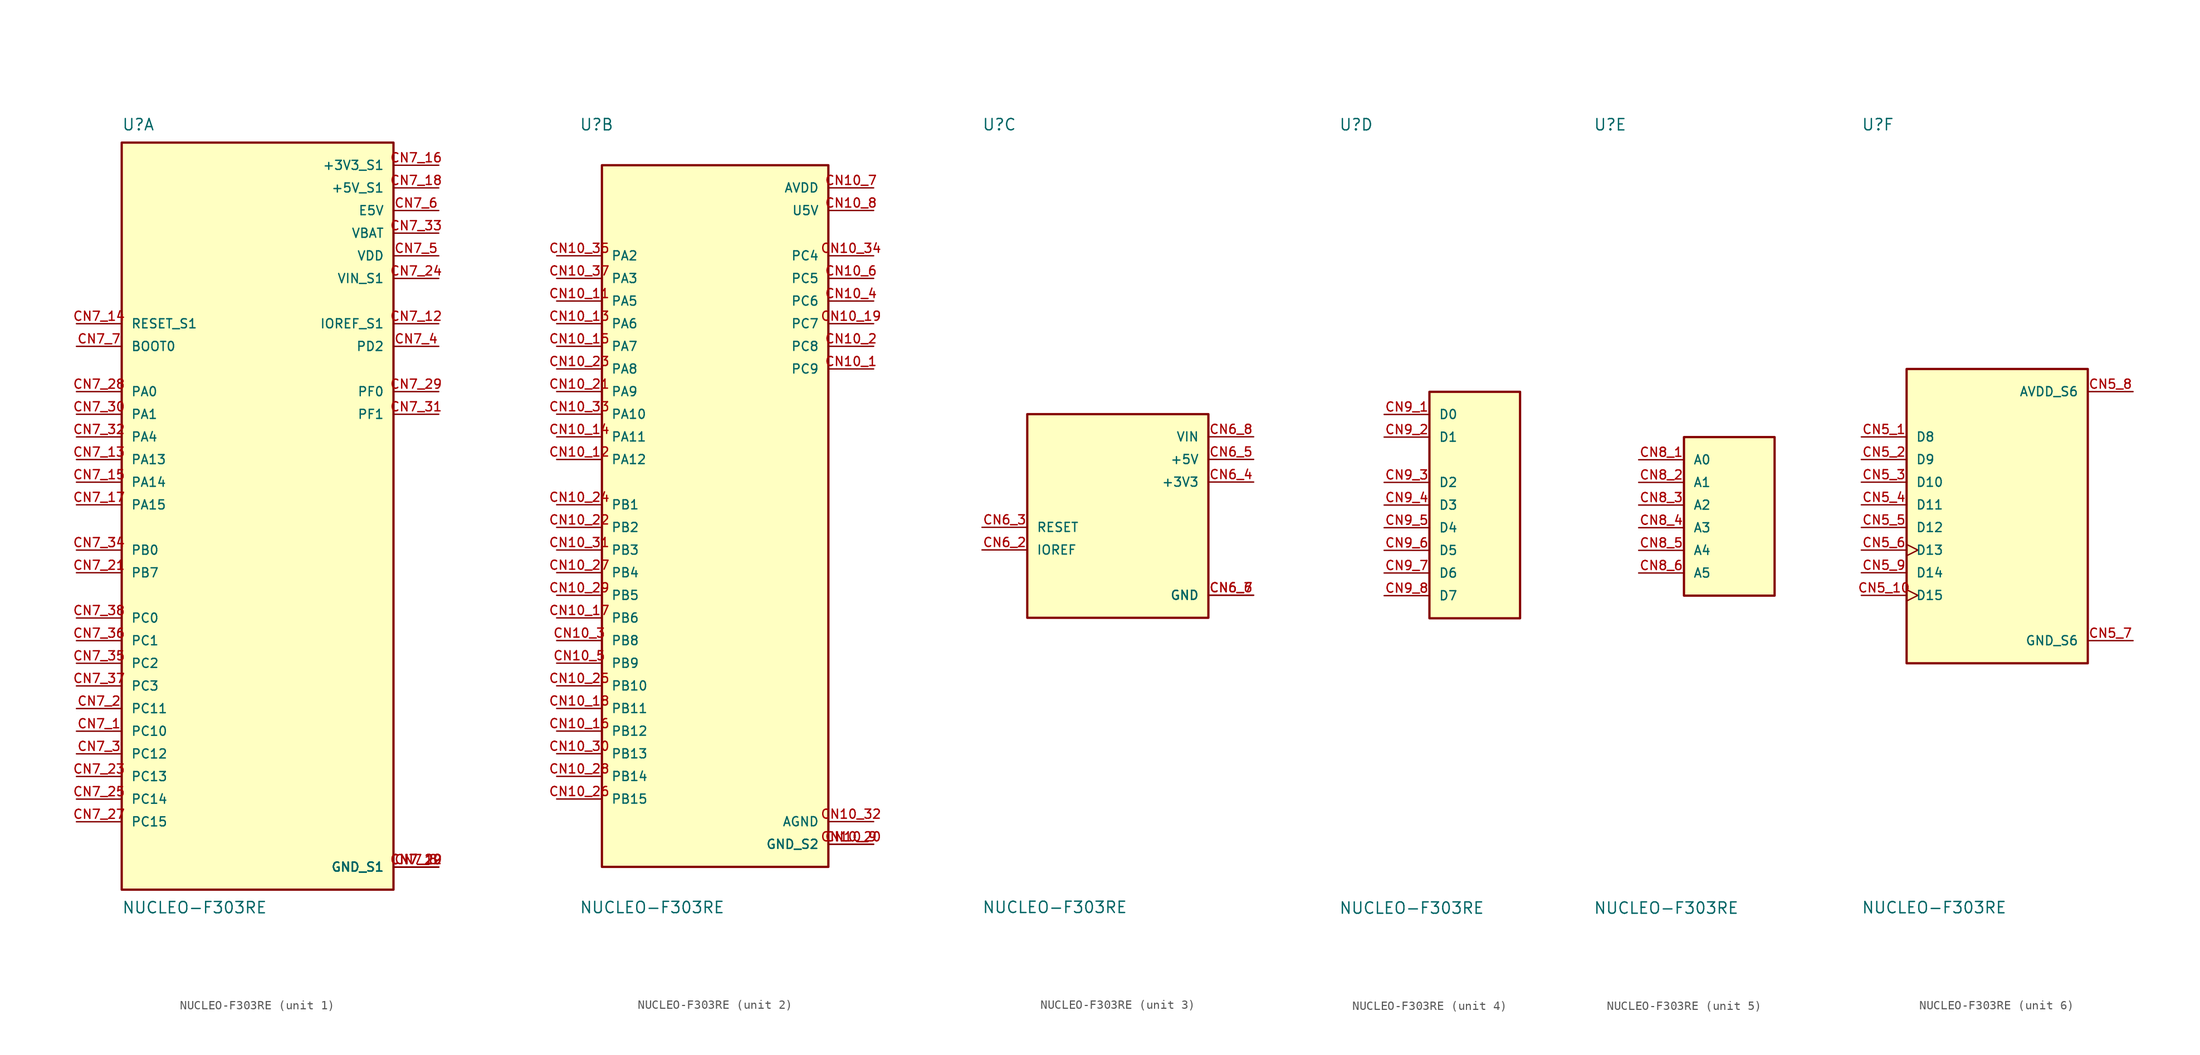
<source format=kicad_sym>
(kicad_symbol_lib
  (version 20211014)
  (generator kicad_symbol_editor)
  (symbol "NUCLEO-F303RE"
    (pin_names
      (offset 1.016))
    (property "Reference" "U"
      (at -15.24 41.91 0)
      (effects (font (size 1.27 1.27)) (justify bottom left)))
    (property "Value" "NUCLEO-F303RE"
      (at -15.24 -44.45 0.0)
      (effects (font (size 1.27 1.27)) (justify top left)))
    (symbol "NUCLEO-F303RE_1_0"
      (rectangle (start -15.24 -43.18) (end 15.24 40.64) (stroke (width 0.254)) (fill (type background)))
      (pin bidirectional line (at -20.32 -25.4 0) (length 5.08) (name "PC10" (effects (font (size 1.016 1.016)))) (number "CN7_1" (effects (font (size 1.016 1.016)))))
      (pin bidirectional line (at -20.32 -22.86 0) (length 5.08) (name "PC11" (effects (font (size 1.016 1.016)))) (number "CN7_2" (effects (font (size 1.016 1.016)))))
      (pin bidirectional line (at -20.32 -27.94 0) (length 5.08) (name "PC12" (effects (font (size 1.016 1.016)))) (number "CN7_3" (effects (font (size 1.016 1.016)))))
      (pin bidirectional line (at 20.32 17.78 180.0) (length 5.08) (name "PD2" (effects (font (size 1.016 1.016)))) (number "CN7_4" (effects (font (size 1.016 1.016)))))
      (pin power_in line (at 20.32 27.94 180.0) (length 5.08) (name "VDD" (effects (font (size 1.016 1.016)))) (number "CN7_5" (effects (font (size 1.016 1.016)))))
      (pin power_in line (at 20.32 33.02 180.0) (length 5.08) (name "E5V" (effects (font (size 1.016 1.016)))) (number "CN7_6" (effects (font (size 1.016 1.016)))))
      (pin bidirectional line (at -20.32 17.78 0) (length 5.08) (name "BOOT0" (effects (font (size 1.016 1.016)))) (number "CN7_7" (effects (font (size 1.016 1.016)))))
      (pin bidirectional line (at 20.32 20.32 180.0) (length 5.08) (name "IOREF_S1" (effects (font (size 1.016 1.016)))) (number "CN7_12" (effects (font (size 1.016 1.016)))))
      (pin bidirectional line (at -20.32 5.08 0) (length 5.08) (name "PA13" (effects (font (size 1.016 1.016)))) (number "CN7_13" (effects (font (size 1.016 1.016)))))
      (pin bidirectional line (at -20.32 20.32 0) (length 5.08) (name "RESET_S1" (effects (font (size 1.016 1.016)))) (number "CN7_14" (effects (font (size 1.016 1.016)))))
      (pin bidirectional line (at -20.32 2.54 0) (length 5.08) (name "PA14" (effects (font (size 1.016 1.016)))) (number "CN7_15" (effects (font (size 1.016 1.016)))))
      (pin power_in line (at 20.32 38.1 180.0) (length 5.08) (name "+3V3_S1" (effects (font (size 1.016 1.016)))) (number "CN7_16" (effects (font (size 1.016 1.016)))))
      (pin bidirectional line (at -20.32 0.0 0) (length 5.08) (name "PA15" (effects (font (size 1.016 1.016)))) (number "CN7_17" (effects (font (size 1.016 1.016)))))
      (pin power_in line (at 20.32 35.56 180.0) (length 5.08) (name "+5V_S1" (effects (font (size 1.016 1.016)))) (number "CN7_18" (effects (font (size 1.016 1.016)))))
      (pin power_in line (at 20.32 -40.64 180.0) (length 5.08) (name "GND_S1" (effects (font (size 1.016 1.016)))) (number "CN7_8" (effects (font (size 1.016 1.016)))))
      (pin power_in line (at 20.32 -40.64 180.0) (length 5.08) (name "GND_S1" (effects (font (size 1.016 1.016)))) (number "CN7_19" (effects (font (size 1.016 1.016)))))
      (pin power_in line (at 20.32 -40.64 180.0) (length 5.08) (name "GND_S1" (effects (font (size 1.016 1.016)))) (number "CN7_20" (effects (font (size 1.016 1.016)))))
      (pin power_in line (at 20.32 -40.64 180.0) (length 5.08) (name "GND_S1" (effects (font (size 1.016 1.016)))) (number "CN7_22" (effects (font (size 1.016 1.016)))))
      (pin bidirectional line (at -20.32 -7.62 0) (length 5.08) (name "PB7" (effects (font (size 1.016 1.016)))) (number "CN7_21" (effects (font (size 1.016 1.016)))))
      (pin bidirectional line (at -20.32 -30.48 0) (length 5.08) (name "PC13" (effects (font (size 1.016 1.016)))) (number "CN7_23" (effects (font (size 1.016 1.016)))))
      (pin power_in line (at 20.32 25.4 180.0) (length 5.08) (name "VIN_S1" (effects (font (size 1.016 1.016)))) (number "CN7_24" (effects (font (size 1.016 1.016)))))
      (pin bidirectional line (at -20.32 -33.02 0) (length 5.08) (name "PC14" (effects (font (size 1.016 1.016)))) (number "CN7_25" (effects (font (size 1.016 1.016)))))
      (pin bidirectional line (at -20.32 -35.56 0) (length 5.08) (name "PC15" (effects (font (size 1.016 1.016)))) (number "CN7_27" (effects (font (size 1.016 1.016)))))
      (pin bidirectional line (at -20.32 12.7 0) (length 5.08) (name "PA0" (effects (font (size 1.016 1.016)))) (number "CN7_28" (effects (font (size 1.016 1.016)))))
      (pin bidirectional line (at 20.32 12.7 180.0) (length 5.08) (name "PF0" (effects (font (size 1.016 1.016)))) (number "CN7_29" (effects (font (size 1.016 1.016)))))
      (pin bidirectional line (at -20.32 10.16 0) (length 5.08) (name "PA1" (effects (font (size 1.016 1.016)))) (number "CN7_30" (effects (font (size 1.016 1.016)))))
      (pin bidirectional line (at 20.32 10.16 180.0) (length 5.08) (name "PF1" (effects (font (size 1.016 1.016)))) (number "CN7_31" (effects (font (size 1.016 1.016)))))
      (pin bidirectional line (at -20.32 7.62 0) (length 5.08) (name "PA4" (effects (font (size 1.016 1.016)))) (number "CN7_32" (effects (font (size 1.016 1.016)))))
      (pin power_in line (at 20.32 30.48 180.0) (length 5.08) (name "VBAT" (effects (font (size 1.016 1.016)))) (number "CN7_33" (effects (font (size 1.016 1.016)))))
      (pin bidirectional line (at -20.32 -5.08 0) (length 5.08) (name "PB0" (effects (font (size 1.016 1.016)))) (number "CN7_34" (effects (font (size 1.016 1.016)))))
      (pin bidirectional line (at -20.32 -17.78 0) (length 5.08) (name "PC2" (effects (font (size 1.016 1.016)))) (number "CN7_35" (effects (font (size 1.016 1.016)))))
      (pin bidirectional line (at -20.32 -15.24 0) (length 5.08) (name "PC1" (effects (font (size 1.016 1.016)))) (number "CN7_36" (effects (font (size 1.016 1.016)))))
      (pin bidirectional line (at -20.32 -20.32 0) (length 5.08) (name "PC3" (effects (font (size 1.016 1.016)))) (number "CN7_37" (effects (font (size 1.016 1.016)))))
      (pin bidirectional line (at -20.32 -12.7 0) (length 5.08) (name "PC0" (effects (font (size 1.016 1.016)))) (number "CN7_38" (effects (font (size 1.016 1.016))))))
    (symbol "NUCLEO-F303RE_2_0"
      (rectangle (start -12.7 -40.64) (end 12.7 38.1) (stroke (width 0.254)) (fill (type background)))
      (pin bidirectional line (at 17.78 15.24 180.0) (length 5.08) (name "PC9" (effects (font (size 1.016 1.016)))) (number "CN10_1" (effects (font (size 1.016 1.016)))))
      (pin bidirectional line (at 17.78 17.78 180.0) (length 5.08) (name "PC8" (effects (font (size 1.016 1.016)))) (number "CN10_2" (effects (font (size 1.016 1.016)))))
      (pin bidirectional line (at -17.78 -15.24 0) (length 5.08) (name "PB8" (effects (font (size 1.016 1.016)))) (number "CN10_3" (effects (font (size 1.016 1.016)))))
      (pin bidirectional line (at 17.78 22.86 180.0) (length 5.08) (name "PC6" (effects (font (size 1.016 1.016)))) (number "CN10_4" (effects (font (size 1.016 1.016)))))
      (pin bidirectional line (at -17.78 -17.78 0) (length 5.08) (name "PB9" (effects (font (size 1.016 1.016)))) (number "CN10_5" (effects (font (size 1.016 1.016)))))
      (pin bidirectional line (at 17.78 25.4 180.0) (length 5.08) (name "PC5" (effects (font (size 1.016 1.016)))) (number "CN10_6" (effects (font (size 1.016 1.016)))))
      (pin power_in line (at 17.78 35.56 180.0) (length 5.08) (name "AVDD" (effects (font (size 1.016 1.016)))) (number "CN10_7" (effects (font (size 1.016 1.016)))))
      (pin power_in line (at 17.78 33.02 180.0) (length 5.08) (name "U5V" (effects (font (size 1.016 1.016)))) (number "CN10_8" (effects (font (size 1.016 1.016)))))
      (pin power_in line (at 17.78 -38.1 180.0) (length 5.08) (name "GND_S2" (effects (font (size 1.016 1.016)))) (number "CN10_9" (effects (font (size 1.016 1.016)))))
      (pin power_in line (at 17.78 -38.1 180.0) (length 5.08) (name "GND_S2" (effects (font (size 1.016 1.016)))) (number "CN10_20" (effects (font (size 1.016 1.016)))))
      (pin bidirectional line (at -17.78 22.86 0) (length 5.08) (name "PA5" (effects (font (size 1.016 1.016)))) (number "CN10_11" (effects (font (size 1.016 1.016)))))
      (pin bidirectional line (at -17.78 5.08 0) (length 5.08) (name "PA12" (effects (font (size 1.016 1.016)))) (number "CN10_12" (effects (font (size 1.016 1.016)))))
      (pin bidirectional line (at -17.78 20.32 0) (length 5.08) (name "PA6" (effects (font (size 1.016 1.016)))) (number "CN10_13" (effects (font (size 1.016 1.016)))))
      (pin bidirectional line (at -17.78 7.62 0) (length 5.08) (name "PA11" (effects (font (size 1.016 1.016)))) (number "CN10_14" (effects (font (size 1.016 1.016)))))
      (pin bidirectional line (at -17.78 17.78 0) (length 5.08) (name "PA7" (effects (font (size 1.016 1.016)))) (number "CN10_15" (effects (font (size 1.016 1.016)))))
      (pin bidirectional line (at -17.78 -25.4 0) (length 5.08) (name "PB12" (effects (font (size 1.016 1.016)))) (number "CN10_16" (effects (font (size 1.016 1.016)))))
      (pin bidirectional line (at -17.78 -12.7 0) (length 5.08) (name "PB6" (effects (font (size 1.016 1.016)))) (number "CN10_17" (effects (font (size 1.016 1.016)))))
      (pin bidirectional line (at 17.78 20.32 180.0) (length 5.08) (name "PC7" (effects (font (size 1.016 1.016)))) (number "CN10_19" (effects (font (size 1.016 1.016)))))
      (pin bidirectional line (at -17.78 12.7 0) (length 5.08) (name "PA9" (effects (font (size 1.016 1.016)))) (number "CN10_21" (effects (font (size 1.016 1.016)))))
      (pin bidirectional line (at -17.78 -2.54 0) (length 5.08) (name "PB2" (effects (font (size 1.016 1.016)))) (number "CN10_22" (effects (font (size 1.016 1.016)))))
      (pin bidirectional line (at -17.78 15.24 0) (length 5.08) (name "PA8" (effects (font (size 1.016 1.016)))) (number "CN10_23" (effects (font (size 1.016 1.016)))))
      (pin bidirectional line (at -17.78 0.0 0) (length 5.08) (name "PB1" (effects (font (size 1.016 1.016)))) (number "CN10_24" (effects (font (size 1.016 1.016)))))
      (pin bidirectional line (at -17.78 -20.32 0) (length 5.08) (name "PB10" (effects (font (size 1.016 1.016)))) (number "CN10_25" (effects (font (size 1.016 1.016)))))
      (pin bidirectional line (at -17.78 -33.02 0) (length 5.08) (name "PB15" (effects (font (size 1.016 1.016)))) (number "CN10_26" (effects (font (size 1.016 1.016)))))
      (pin bidirectional line (at -17.78 -7.62 0) (length 5.08) (name "PB4" (effects (font (size 1.016 1.016)))) (number "CN10_27" (effects (font (size 1.016 1.016)))))
      (pin bidirectional line (at -17.78 -30.48 0) (length 5.08) (name "PB14" (effects (font (size 1.016 1.016)))) (number "CN10_28" (effects (font (size 1.016 1.016)))))
      (pin bidirectional line (at -17.78 -10.16 0) (length 5.08) (name "PB5" (effects (font (size 1.016 1.016)))) (number "CN10_29" (effects (font (size 1.016 1.016)))))
      (pin bidirectional line (at -17.78 -27.94 0) (length 5.08) (name "PB13" (effects (font (size 1.016 1.016)))) (number "CN10_30" (effects (font (size 1.016 1.016)))))
      (pin bidirectional line (at -17.78 -5.08 0) (length 5.08) (name "PB3" (effects (font (size 1.016 1.016)))) (number "CN10_31" (effects (font (size 1.016 1.016)))))
      (pin power_in line (at 17.78 -35.56 180.0) (length 5.08) (name "AGND" (effects (font (size 1.016 1.016)))) (number "CN10_32" (effects (font (size 1.016 1.016)))))
      (pin bidirectional line (at -17.78 10.16 0) (length 5.08) (name "PA10" (effects (font (size 1.016 1.016)))) (number "CN10_33" (effects (font (size 1.016 1.016)))))
      (pin bidirectional line (at 17.78 27.94 180.0) (length 5.08) (name "PC4" (effects (font (size 1.016 1.016)))) (number "CN10_34" (effects (font (size 1.016 1.016)))))
      (pin bidirectional line (at -17.78 27.94 0) (length 5.08) (name "PA2" (effects (font (size 1.016 1.016)))) (number "CN10_35" (effects (font (size 1.016 1.016)))))
      (pin bidirectional line (at -17.78 25.4 0) (length 5.08) (name "PA3" (effects (font (size 1.016 1.016)))) (number "CN10_37" (effects (font (size 1.016 1.016)))))
      (pin bidirectional line (at -17.78 -22.86 0) (length 5.08) (name "PB11" (effects (font (size 1.016 1.016)))) (number "CN10_18" (effects (font (size 1.016 1.016))))))
    (symbol "NUCLEO-F303RE_3_0"
      (rectangle (start -10.16 -12.7) (end 10.16 10.16) (stroke (width 0.254)) (fill (type background)))
      (pin bidirectional line (at -15.24 -5.08 0) (length 5.08) (name "IOREF" (effects (font (size 1.016 1.016)))) (number "CN6_2" (effects (font (size 1.016 1.016)))))
      (pin bidirectional line (at -15.24 -2.54 0) (length 5.08) (name "RESET" (effects (font (size 1.016 1.016)))) (number "CN6_3" (effects (font (size 1.016 1.016)))))
      (pin power_in line (at 15.24 2.54 180.0) (length 5.08) (name "+3V3" (effects (font (size 1.016 1.016)))) (number "CN6_4" (effects (font (size 1.016 1.016)))))
      (pin power_in line (at 15.24 5.08 180.0) (length 5.08) (name "+5V" (effects (font (size 1.016 1.016)))) (number "CN6_5" (effects (font (size 1.016 1.016)))))
      (pin power_in line (at 15.24 -10.16 180.0) (length 5.08) (name "GND" (effects (font (size 1.016 1.016)))) (number "CN6_6" (effects (font (size 1.016 1.016)))))
      (pin power_in line (at 15.24 -10.16 180.0) (length 5.08) (name "GND" (effects (font (size 1.016 1.016)))) (number "CN6_7" (effects (font (size 1.016 1.016)))))
      (pin power_in line (at 15.24 7.62 180.0) (length 5.08) (name "VIN" (effects (font (size 1.016 1.016)))) (number "CN6_8" (effects (font (size 1.016 1.016))))))
    (symbol "NUCLEO-F303RE_4_0"
      (rectangle (start -5.08 -12.7) (end 5.08 12.7) (stroke (width 0.254)) (fill (type background)))
      (pin input line (at -10.16 10.16 0) (length 5.08) (name "D0" (effects (font (size 1.016 1.016)))) (number "CN9_1" (effects (font (size 1.016 1.016)))))
      (pin output line (at -10.16 7.62 0) (length 5.08) (name "D1" (effects (font (size 1.016 1.016)))) (number "CN9_2" (effects (font (size 1.016 1.016)))))
      (pin bidirectional line (at -10.16 2.54 0) (length 5.08) (name "D2" (effects (font (size 1.016 1.016)))) (number "CN9_3" (effects (font (size 1.016 1.016)))))
      (pin bidirectional line (at -10.16 0.0 0) (length 5.08) (name "D3" (effects (font (size 1.016 1.016)))) (number "CN9_4" (effects (font (size 1.016 1.016)))))
      (pin bidirectional line (at -10.16 -2.54 0) (length 5.08) (name "D4" (effects (font (size 1.016 1.016)))) (number "CN9_5" (effects (font (size 1.016 1.016)))))
      (pin bidirectional line (at -10.16 -5.08 0) (length 5.08) (name "D5" (effects (font (size 1.016 1.016)))) (number "CN9_6" (effects (font (size 1.016 1.016)))))
      (pin bidirectional line (at -10.16 -7.62 0) (length 5.08) (name "D6" (effects (font (size 1.016 1.016)))) (number "CN9_7" (effects (font (size 1.016 1.016)))))
      (pin bidirectional line (at -10.16 -10.16 0) (length 5.08) (name "D7" (effects (font (size 1.016 1.016)))) (number "CN9_8" (effects (font (size 1.016 1.016))))))
    (symbol "NUCLEO-F303RE_5_0"
      (rectangle (start -5.08 -10.16) (end 5.08 7.62) (stroke (width 0.254)) (fill (type background)))
      (pin input line (at -10.16 5.08 0) (length 5.08) (name "A0" (effects (font (size 1.016 1.016)))) (number "CN8_1" (effects (font (size 1.016 1.016)))))
      (pin input line (at -10.16 2.54 0) (length 5.08) (name "A1" (effects (font (size 1.016 1.016)))) (number "CN8_2" (effects (font (size 1.016 1.016)))))
      (pin input line (at -10.16 0.0 0) (length 5.08) (name "A2" (effects (font (size 1.016 1.016)))) (number "CN8_3" (effects (font (size 1.016 1.016)))))
      (pin input line (at -10.16 -2.54 0) (length 5.08) (name "A3" (effects (font (size 1.016 1.016)))) (number "CN8_4" (effects (font (size 1.016 1.016)))))
      (pin input line (at -10.16 -5.08 0) (length 5.08) (name "A4" (effects (font (size 1.016 1.016)))) (number "CN8_5" (effects (font (size 1.016 1.016)))))
      (pin input line (at -10.16 -7.62 0) (length 5.08) (name "A5" (effects (font (size 1.016 1.016)))) (number "CN8_6" (effects (font (size 1.016 1.016))))))
    (symbol "NUCLEO-F303RE_6_0"
      (rectangle (start -10.16 -17.78) (end 10.16 15.24) (stroke (width 0.254)) (fill (type background)))
      (pin bidirectional line (at -15.24 7.62 0) (length 5.08) (name "D8" (effects (font (size 1.016 1.016)))) (number "CN5_1" (effects (font (size 1.016 1.016)))))
      (pin bidirectional line (at -15.24 5.08 0) (length 5.08) (name "D9" (effects (font (size 1.016 1.016)))) (number "CN5_2" (effects (font (size 1.016 1.016)))))
      (pin bidirectional line (at -15.24 2.54 0) (length 5.08) (name "D10" (effects (font (size 1.016 1.016)))) (number "CN5_3" (effects (font (size 1.016 1.016)))))
      (pin bidirectional line (at -15.24 0.0 0) (length 5.08) (name "D11" (effects (font (size 1.016 1.016)))) (number "CN5_4" (effects (font (size 1.016 1.016)))))
      (pin bidirectional line (at -15.24 -2.54 0) (length 5.08) (name "D12" (effects (font (size 1.016 1.016)))) (number "CN5_5" (effects (font (size 1.016 1.016)))))
      (pin bidirectional clock (at -15.24 -5.08 0) (length 5.08) (name "D13" (effects (font (size 1.016 1.016)))) (number "CN5_6" (effects (font (size 1.016 1.016)))))
      (pin power_in line (at 15.24 -15.24 180.0) (length 5.08) (name "GND_S6" (effects (font (size 1.016 1.016)))) (number "CN5_7" (effects (font (size 1.016 1.016)))))
      (pin power_in line (at 15.24 12.7 180.0) (length 5.08) (name "AVDD_S6" (effects (font (size 1.016 1.016)))) (number "CN5_8" (effects (font (size 1.016 1.016)))))
      (pin bidirectional line (at -15.24 -7.62 0) (length 5.08) (name "D14" (effects (font (size 1.016 1.016)))) (number "CN5_9" (effects (font (size 1.016 1.016)))))
      (pin bidirectional clock (at -15.24 -10.16 0) (length 5.08) (name "D15" (effects (font (size 1.016 1.016)))) (number "CN5_10" (effects (font (size 1.016 1.016))))))))
</source>
